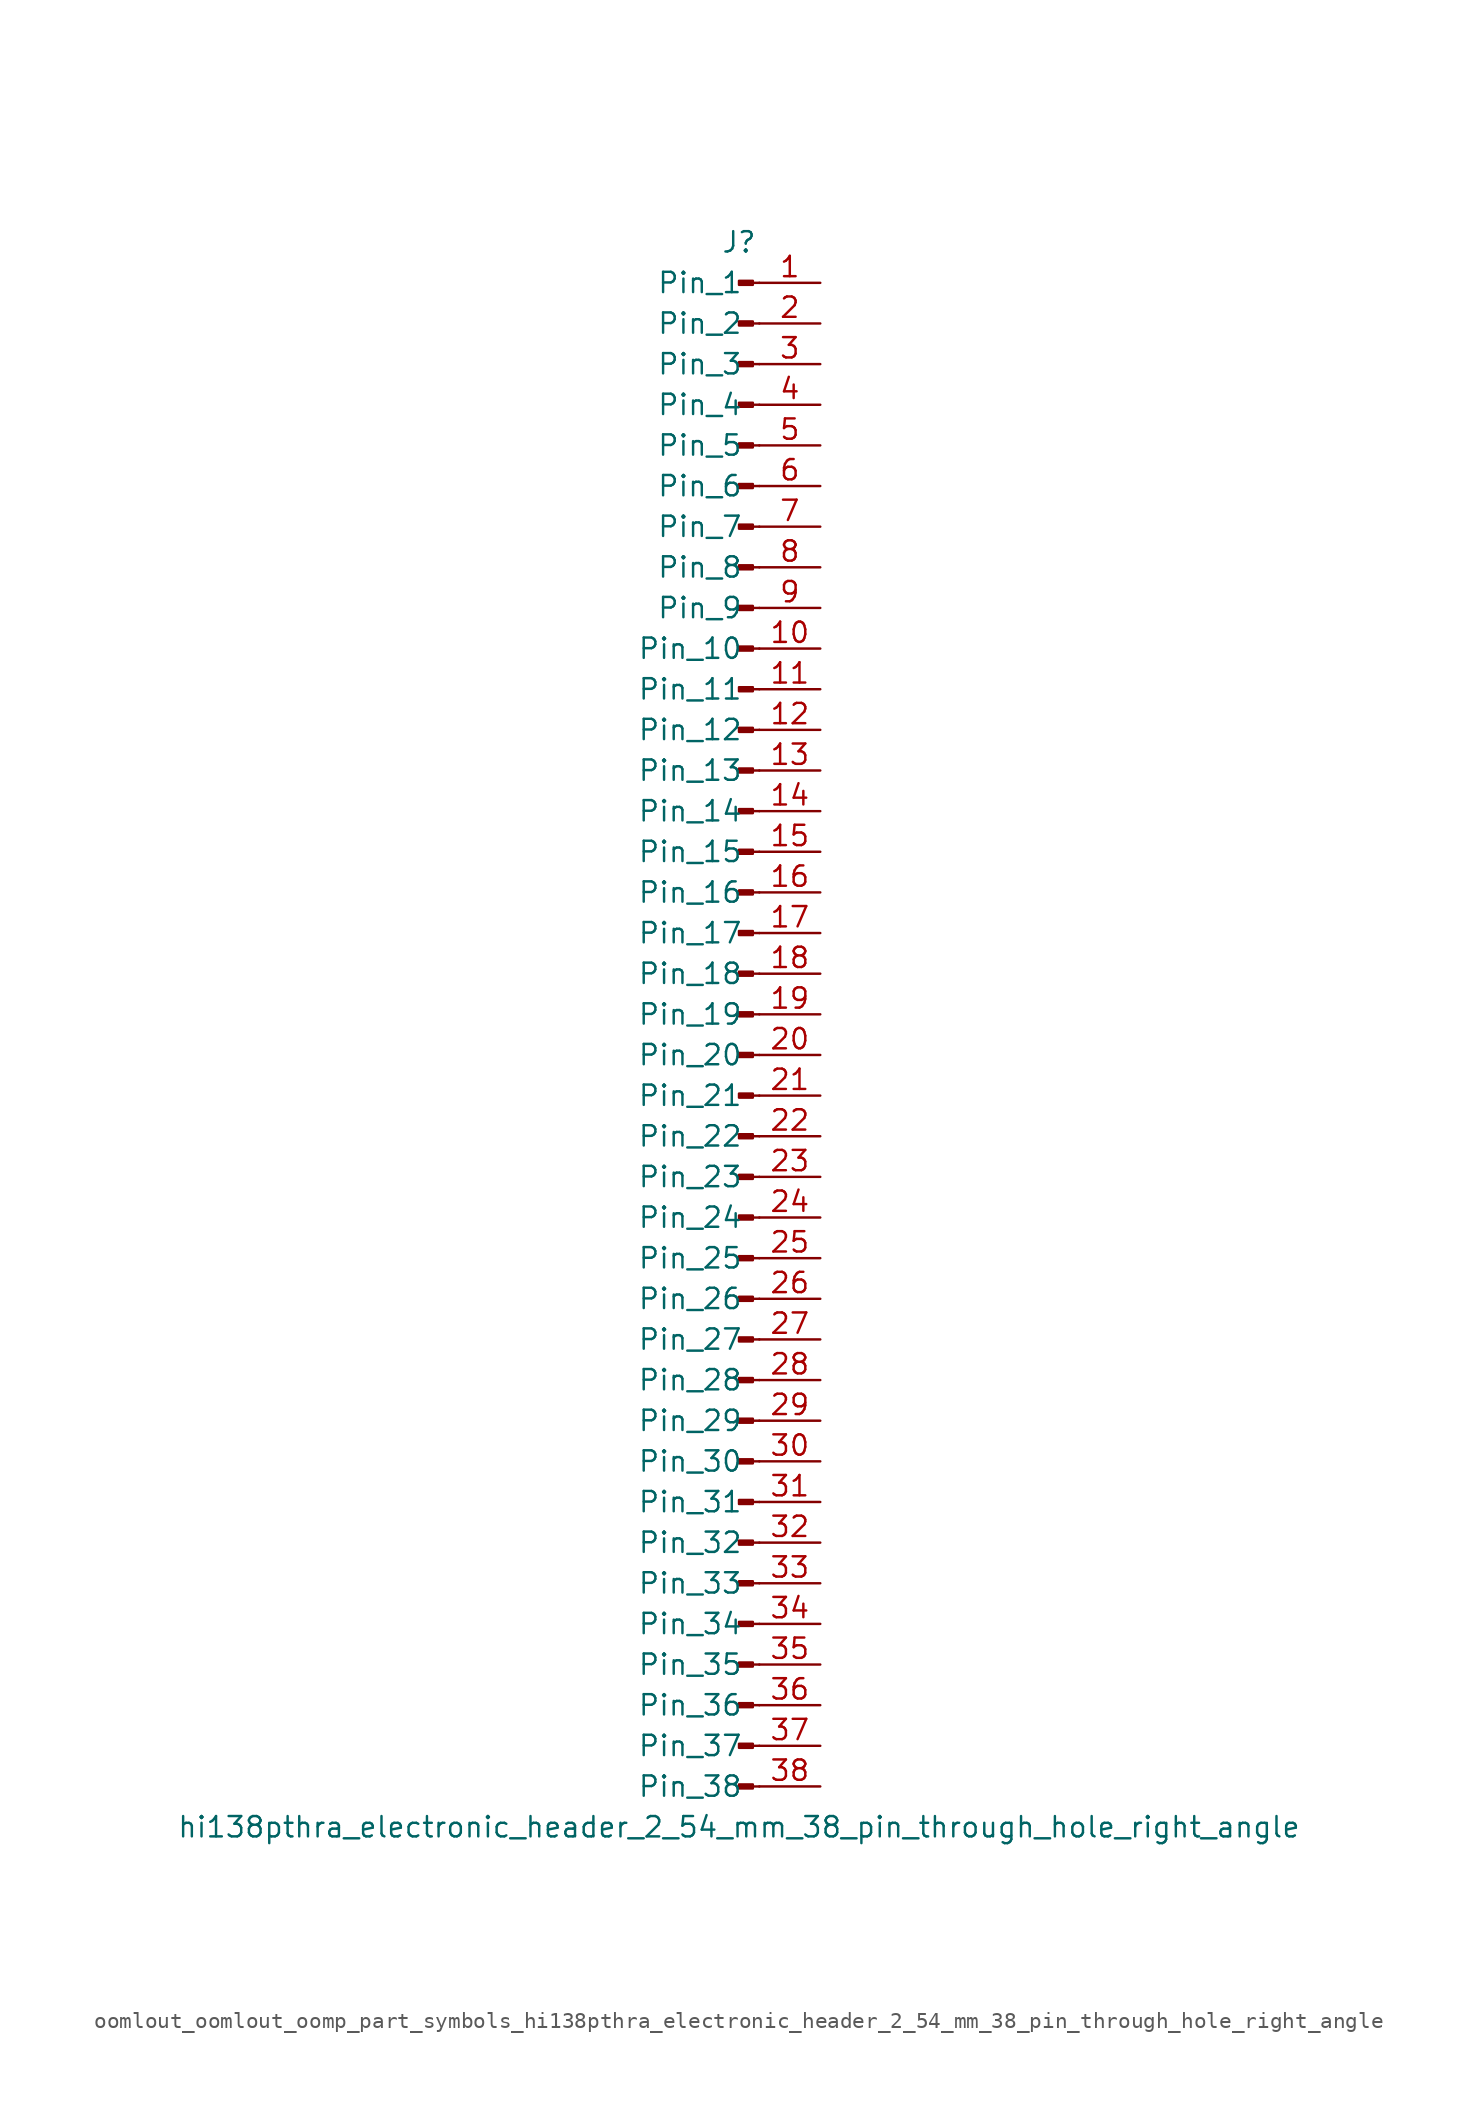
<source format=kicad_sym>
(kicad_symbol_lib
  (version 20220914)
  (generator kicad_symbol_editor)
  (symbol "oomlout_oomlout_oomp_part_symbols_hi138pthra_electronic_header_2_54_mm_38_pin_through_hole_right_angle"
    (pin_names
      (offset 1.016))
    (property "Reference" "J"
      (at 0 48.26 0)
      (effects (font (size 1.27 1.27))))
    (property "Value" "hi138pthra_electronic_header_2_54_mm_38_pin_through_hole_right_angle"
      (at 0 -50.8 0)
      (effects (font (size 1.27 1.27))))
    (property "ki_locked" ""
      (at 0 0 0)
      (effects (font (size 1.27 1.27))))
    (symbol "oomlout_oomlout_oomp_part_symbols_hi138pthra_electronic_header_2_54_mm_38_pin_through_hole_right_angle_1_1"
      (polyline (pts (xy 1.27 -48.26) (xy 0.864 -48.26)) (stroke (width 0.152) (type default)) (fill (type none)))
      (polyline (pts (xy 1.27 -45.72) (xy 0.864 -45.72)) (stroke (width 0.152) (type default)) (fill (type none)))
      (polyline (pts (xy 1.27 -43.18) (xy 0.864 -43.18)) (stroke (width 0.152) (type default)) (fill (type none)))
      (polyline (pts (xy 1.27 -40.64) (xy 0.864 -40.64)) (stroke (width 0.152) (type default)) (fill (type none)))
      (polyline (pts (xy 1.27 -38.1) (xy 0.864 -38.1)) (stroke (width 0.152) (type default)) (fill (type none)))
      (polyline (pts (xy 1.27 -35.56) (xy 0.864 -35.56)) (stroke (width 0.152) (type default)) (fill (type none)))
      (polyline (pts (xy 1.27 -33.02) (xy 0.864 -33.02)) (stroke (width 0.152) (type default)) (fill (type none)))
      (polyline (pts (xy 1.27 -30.48) (xy 0.864 -30.48)) (stroke (width 0.152) (type default)) (fill (type none)))
      (polyline (pts (xy 1.27 -27.94) (xy 0.864 -27.94)) (stroke (width 0.152) (type default)) (fill (type none)))
      (polyline (pts (xy 1.27 -25.4) (xy 0.864 -25.4)) (stroke (width 0.152) (type default)) (fill (type none)))
      (polyline (pts (xy 1.27 -22.86) (xy 0.864 -22.86)) (stroke (width 0.152) (type default)) (fill (type none)))
      (polyline (pts (xy 1.27 -20.32) (xy 0.864 -20.32)) (stroke (width 0.152) (type default)) (fill (type none)))
      (polyline (pts (xy 1.27 -17.78) (xy 0.864 -17.78)) (stroke (width 0.152) (type default)) (fill (type none)))
      (polyline (pts (xy 1.27 -15.24) (xy 0.864 -15.24)) (stroke (width 0.152) (type default)) (fill (type none)))
      (polyline (pts (xy 1.27 -12.7) (xy 0.864 -12.7)) (stroke (width 0.152) (type default)) (fill (type none)))
      (polyline (pts (xy 1.27 -10.16) (xy 0.864 -10.16)) (stroke (width 0.152) (type default)) (fill (type none)))
      (polyline (pts (xy 1.27 -7.62) (xy 0.864 -7.62)) (stroke (width 0.152) (type default)) (fill (type none)))
      (polyline (pts (xy 1.27 -5.08) (xy 0.864 -5.08)) (stroke (width 0.152) (type default)) (fill (type none)))
      (polyline (pts (xy 1.27 -2.54) (xy 0.864 -2.54)) (stroke (width 0.152) (type default)) (fill (type none)))
      (polyline (pts (xy 1.27 0) (xy 0.864 0)) (stroke (width 0.152) (type default)) (fill (type none)))
      (polyline (pts (xy 1.27 2.54) (xy 0.864 2.54)) (stroke (width 0.152) (type default)) (fill (type none)))
      (polyline (pts (xy 1.27 5.08) (xy 0.864 5.08)) (stroke (width 0.152) (type default)) (fill (type none)))
      (polyline (pts (xy 1.27 7.62) (xy 0.864 7.62)) (stroke (width 0.152) (type default)) (fill (type none)))
      (polyline (pts (xy 1.27 10.16) (xy 0.864 10.16)) (stroke (width 0.152) (type default)) (fill (type none)))
      (polyline (pts (xy 1.27 12.7) (xy 0.864 12.7)) (stroke (width 0.152) (type default)) (fill (type none)))
      (polyline (pts (xy 1.27 15.24) (xy 0.864 15.24)) (stroke (width 0.152) (type default)) (fill (type none)))
      (polyline (pts (xy 1.27 17.78) (xy 0.864 17.78)) (stroke (width 0.152) (type default)) (fill (type none)))
      (polyline (pts (xy 1.27 20.32) (xy 0.864 20.32)) (stroke (width 0.152) (type default)) (fill (type none)))
      (polyline (pts (xy 1.27 22.86) (xy 0.864 22.86)) (stroke (width 0.152) (type default)) (fill (type none)))
      (polyline (pts (xy 1.27 25.4) (xy 0.864 25.4)) (stroke (width 0.152) (type default)) (fill (type none)))
      (polyline (pts (xy 1.27 27.94) (xy 0.864 27.94)) (stroke (width 0.152) (type default)) (fill (type none)))
      (polyline (pts (xy 1.27 30.48) (xy 0.864 30.48)) (stroke (width 0.152) (type default)) (fill (type none)))
      (polyline (pts (xy 1.27 33.02) (xy 0.864 33.02)) (stroke (width 0.152) (type default)) (fill (type none)))
      (polyline (pts (xy 1.27 35.56) (xy 0.864 35.56)) (stroke (width 0.152) (type default)) (fill (type none)))
      (polyline (pts (xy 1.27 38.1) (xy 0.864 38.1)) (stroke (width 0.152) (type default)) (fill (type none)))
      (polyline (pts (xy 1.27 40.64) (xy 0.864 40.64)) (stroke (width 0.152) (type default)) (fill (type none)))
      (polyline (pts (xy 1.27 43.18) (xy 0.864 43.18)) (stroke (width 0.152) (type default)) (fill (type none)))
      (polyline (pts (xy 1.27 45.72) (xy 0.864 45.72)) (stroke (width 0.152) (type default)) (fill (type none)))
      (rectangle (start 0.864 -48.133) (end 0 -48.387) (stroke (width 0.152) (type default)) (fill (type outline)))
      (rectangle (start 0.864 -45.593) (end 0 -45.847) (stroke (width 0.152) (type default)) (fill (type outline)))
      (rectangle (start 0.864 -43.053) (end 0 -43.307) (stroke (width 0.152) (type default)) (fill (type outline)))
      (rectangle (start 0.864 -40.513) (end 0 -40.767) (stroke (width 0.152) (type default)) (fill (type outline)))
      (rectangle (start 0.864 -37.973) (end 0 -38.227) (stroke (width 0.152) (type default)) (fill (type outline)))
      (rectangle (start 0.864 -35.433) (end 0 -35.687) (stroke (width 0.152) (type default)) (fill (type outline)))
      (rectangle (start 0.864 -32.893) (end 0 -33.147) (stroke (width 0.152) (type default)) (fill (type outline)))
      (rectangle (start 0.864 -30.353) (end 0 -30.607) (stroke (width 0.152) (type default)) (fill (type outline)))
      (rectangle (start 0.864 -27.813) (end 0 -28.067) (stroke (width 0.152) (type default)) (fill (type outline)))
      (rectangle (start 0.864 -25.273) (end 0 -25.527) (stroke (width 0.152) (type default)) (fill (type outline)))
      (rectangle (start 0.864 -22.733) (end 0 -22.987) (stroke (width 0.152) (type default)) (fill (type outline)))
      (rectangle (start 0.864 -20.193) (end 0 -20.447) (stroke (width 0.152) (type default)) (fill (type outline)))
      (rectangle (start 0.864 -17.653) (end 0 -17.907) (stroke (width 0.152) (type default)) (fill (type outline)))
      (rectangle (start 0.864 -15.113) (end 0 -15.367) (stroke (width 0.152) (type default)) (fill (type outline)))
      (rectangle (start 0.864 -12.573) (end 0 -12.827) (stroke (width 0.152) (type default)) (fill (type outline)))
      (rectangle (start 0.864 -10.033) (end 0 -10.287) (stroke (width 0.152) (type default)) (fill (type outline)))
      (rectangle (start 0.864 -7.493) (end 0 -7.747) (stroke (width 0.152) (type default)) (fill (type outline)))
      (rectangle (start 0.864 -4.953) (end 0 -5.207) (stroke (width 0.152) (type default)) (fill (type outline)))
      (rectangle (start 0.864 -2.413) (end 0 -2.667) (stroke (width 0.152) (type default)) (fill (type outline)))
      (rectangle (start 0.864 0.127) (end 0 -0.127) (stroke (width 0.152) (type default)) (fill (type outline)))
      (rectangle (start 0.864 2.667) (end 0 2.413) (stroke (width 0.152) (type default)) (fill (type outline)))
      (rectangle (start 0.864 5.207) (end 0 4.953) (stroke (width 0.152) (type default)) (fill (type outline)))
      (rectangle (start 0.864 7.747) (end 0 7.493) (stroke (width 0.152) (type default)) (fill (type outline)))
      (rectangle (start 0.864 10.287) (end 0 10.033) (stroke (width 0.152) (type default)) (fill (type outline)))
      (rectangle (start 0.864 12.827) (end 0 12.573) (stroke (width 0.152) (type default)) (fill (type outline)))
      (rectangle (start 0.864 15.367) (end 0 15.113) (stroke (width 0.152) (type default)) (fill (type outline)))
      (rectangle (start 0.864 17.907) (end 0 17.653) (stroke (width 0.152) (type default)) (fill (type outline)))
      (rectangle (start 0.864 20.447) (end 0 20.193) (stroke (width 0.152) (type default)) (fill (type outline)))
      (rectangle (start 0.864 22.987) (end 0 22.733) (stroke (width 0.152) (type default)) (fill (type outline)))
      (rectangle (start 0.864 25.527) (end 0 25.273) (stroke (width 0.152) (type default)) (fill (type outline)))
      (rectangle (start 0.864 28.067) (end 0 27.813) (stroke (width 0.152) (type default)) (fill (type outline)))
      (rectangle (start 0.864 30.607) (end 0 30.353) (stroke (width 0.152) (type default)) (fill (type outline)))
      (rectangle (start 0.864 33.147) (end 0 32.893) (stroke (width 0.152) (type default)) (fill (type outline)))
      (rectangle (start 0.864 35.687) (end 0 35.433) (stroke (width 0.152) (type default)) (fill (type outline)))
      (rectangle (start 0.864 38.227) (end 0 37.973) (stroke (width 0.152) (type default)) (fill (type outline)))
      (rectangle (start 0.864 40.767) (end 0 40.513) (stroke (width 0.152) (type default)) (fill (type outline)))
      (rectangle (start 0.864 43.307) (end 0 43.053) (stroke (width 0.152) (type default)) (fill (type outline)))
      (rectangle (start 0.864 45.847) (end 0 45.593) (stroke (width 0.152) (type default)) (fill (type outline)))
      (pin passive line (at 5.08 45.72 180) (length 3.81) (name "Pin_1" (effects (font (size 1.27 1.27)))) (number "1" (effects (font (size 1.27 1.27)))))
      (pin passive line (at 5.08 22.86 180) (length 3.81) (name "Pin_10" (effects (font (size 1.27 1.27)))) (number "10" (effects (font (size 1.27 1.27)))))
      (pin passive line (at 5.08 20.32 180) (length 3.81) (name "Pin_11" (effects (font (size 1.27 1.27)))) (number "11" (effects (font (size 1.27 1.27)))))
      (pin passive line (at 5.08 17.78 180) (length 3.81) (name "Pin_12" (effects (font (size 1.27 1.27)))) (number "12" (effects (font (size 1.27 1.27)))))
      (pin passive line (at 5.08 15.24 180) (length 3.81) (name "Pin_13" (effects (font (size 1.27 1.27)))) (number "13" (effects (font (size 1.27 1.27)))))
      (pin passive line (at 5.08 12.7 180) (length 3.81) (name "Pin_14" (effects (font (size 1.27 1.27)))) (number "14" (effects (font (size 1.27 1.27)))))
      (pin passive line (at 5.08 10.16 180) (length 3.81) (name "Pin_15" (effects (font (size 1.27 1.27)))) (number "15" (effects (font (size 1.27 1.27)))))
      (pin passive line (at 5.08 7.62 180) (length 3.81) (name "Pin_16" (effects (font (size 1.27 1.27)))) (number "16" (effects (font (size 1.27 1.27)))))
      (pin passive line (at 5.08 5.08 180) (length 3.81) (name "Pin_17" (effects (font (size 1.27 1.27)))) (number "17" (effects (font (size 1.27 1.27)))))
      (pin passive line (at 5.08 2.54 180) (length 3.81) (name "Pin_18" (effects (font (size 1.27 1.27)))) (number "18" (effects (font (size 1.27 1.27)))))
      (pin passive line (at 5.08 0 180) (length 3.81) (name "Pin_19" (effects (font (size 1.27 1.27)))) (number "19" (effects (font (size 1.27 1.27)))))
      (pin passive line (at 5.08 43.18 180) (length 3.81) (name "Pin_2" (effects (font (size 1.27 1.27)))) (number "2" (effects (font (size 1.27 1.27)))))
      (pin passive line (at 5.08 -2.54 180) (length 3.81) (name "Pin_20" (effects (font (size 1.27 1.27)))) (number "20" (effects (font (size 1.27 1.27)))))
      (pin passive line (at 5.08 -5.08 180) (length 3.81) (name "Pin_21" (effects (font (size 1.27 1.27)))) (number "21" (effects (font (size 1.27 1.27)))))
      (pin passive line (at 5.08 -7.62 180) (length 3.81) (name "Pin_22" (effects (font (size 1.27 1.27)))) (number "22" (effects (font (size 1.27 1.27)))))
      (pin passive line (at 5.08 -10.16 180) (length 3.81) (name "Pin_23" (effects (font (size 1.27 1.27)))) (number "23" (effects (font (size 1.27 1.27)))))
      (pin passive line (at 5.08 -12.7 180) (length 3.81) (name "Pin_24" (effects (font (size 1.27 1.27)))) (number "24" (effects (font (size 1.27 1.27)))))
      (pin passive line (at 5.08 -15.24 180) (length 3.81) (name "Pin_25" (effects (font (size 1.27 1.27)))) (number "25" (effects (font (size 1.27 1.27)))))
      (pin passive line (at 5.08 -17.78 180) (length 3.81) (name "Pin_26" (effects (font (size 1.27 1.27)))) (number "26" (effects (font (size 1.27 1.27)))))
      (pin passive line (at 5.08 -20.32 180) (length 3.81) (name "Pin_27" (effects (font (size 1.27 1.27)))) (number "27" (effects (font (size 1.27 1.27)))))
      (pin passive line (at 5.08 -22.86 180) (length 3.81) (name "Pin_28" (effects (font (size 1.27 1.27)))) (number "28" (effects (font (size 1.27 1.27)))))
      (pin passive line (at 5.08 -25.4 180) (length 3.81) (name "Pin_29" (effects (font (size 1.27 1.27)))) (number "29" (effects (font (size 1.27 1.27)))))
      (pin passive line (at 5.08 40.64 180) (length 3.81) (name "Pin_3" (effects (font (size 1.27 1.27)))) (number "3" (effects (font (size 1.27 1.27)))))
      (pin passive line (at 5.08 -27.94 180) (length 3.81) (name "Pin_30" (effects (font (size 1.27 1.27)))) (number "30" (effects (font (size 1.27 1.27)))))
      (pin passive line (at 5.08 -30.48 180) (length 3.81) (name "Pin_31" (effects (font (size 1.27 1.27)))) (number "31" (effects (font (size 1.27 1.27)))))
      (pin passive line (at 5.08 -33.02 180) (length 3.81) (name "Pin_32" (effects (font (size 1.27 1.27)))) (number "32" (effects (font (size 1.27 1.27)))))
      (pin passive line (at 5.08 -35.56 180) (length 3.81) (name "Pin_33" (effects (font (size 1.27 1.27)))) (number "33" (effects (font (size 1.27 1.27)))))
      (pin passive line (at 5.08 -38.1 180) (length 3.81) (name "Pin_34" (effects (font (size 1.27 1.27)))) (number "34" (effects (font (size 1.27 1.27)))))
      (pin passive line (at 5.08 -40.64 180) (length 3.81) (name "Pin_35" (effects (font (size 1.27 1.27)))) (number "35" (effects (font (size 1.27 1.27)))))
      (pin passive line (at 5.08 -43.18 180) (length 3.81) (name "Pin_36" (effects (font (size 1.27 1.27)))) (number "36" (effects (font (size 1.27 1.27)))))
      (pin passive line (at 5.08 -45.72 180) (length 3.81) (name "Pin_37" (effects (font (size 1.27 1.27)))) (number "37" (effects (font (size 1.27 1.27)))))
      (pin passive line (at 5.08 -48.26 180) (length 3.81) (name "Pin_38" (effects (font (size 1.27 1.27)))) (number "38" (effects (font (size 1.27 1.27)))))
      (pin passive line (at 5.08 38.1 180) (length 3.81) (name "Pin_4" (effects (font (size 1.27 1.27)))) (number "4" (effects (font (size 1.27 1.27)))))
      (pin passive line (at 5.08 35.56 180) (length 3.81) (name "Pin_5" (effects (font (size 1.27 1.27)))) (number "5" (effects (font (size 1.27 1.27)))))
      (pin passive line (at 5.08 33.02 180) (length 3.81) (name "Pin_6" (effects (font (size 1.27 1.27)))) (number "6" (effects (font (size 1.27 1.27)))))
      (pin passive line (at 5.08 30.48 180) (length 3.81) (name "Pin_7" (effects (font (size 1.27 1.27)))) (number "7" (effects (font (size 1.27 1.27)))))
      (pin passive line (at 5.08 27.94 180) (length 3.81) (name "Pin_8" (effects (font (size 1.27 1.27)))) (number "8" (effects (font (size 1.27 1.27)))))
      (pin passive line (at 5.08 25.4 180) (length 3.81) (name "Pin_9" (effects (font (size 1.27 1.27)))) (number "9" (effects (font (size 1.27 1.27))))))))
</source>
